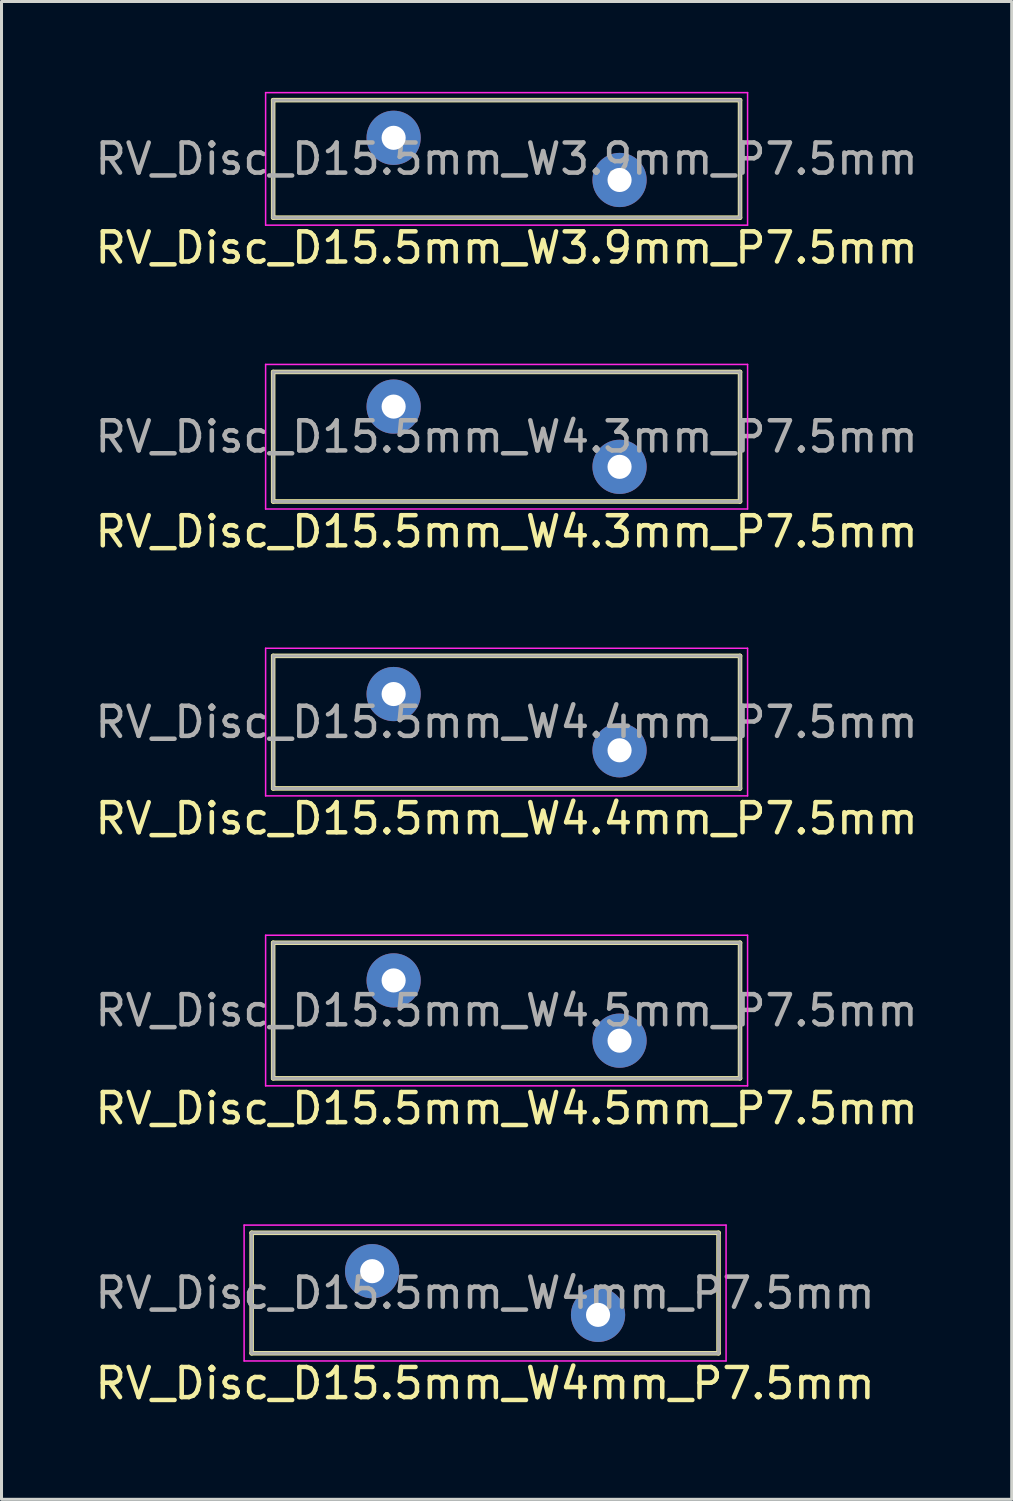
<source format=kicad_pcb>
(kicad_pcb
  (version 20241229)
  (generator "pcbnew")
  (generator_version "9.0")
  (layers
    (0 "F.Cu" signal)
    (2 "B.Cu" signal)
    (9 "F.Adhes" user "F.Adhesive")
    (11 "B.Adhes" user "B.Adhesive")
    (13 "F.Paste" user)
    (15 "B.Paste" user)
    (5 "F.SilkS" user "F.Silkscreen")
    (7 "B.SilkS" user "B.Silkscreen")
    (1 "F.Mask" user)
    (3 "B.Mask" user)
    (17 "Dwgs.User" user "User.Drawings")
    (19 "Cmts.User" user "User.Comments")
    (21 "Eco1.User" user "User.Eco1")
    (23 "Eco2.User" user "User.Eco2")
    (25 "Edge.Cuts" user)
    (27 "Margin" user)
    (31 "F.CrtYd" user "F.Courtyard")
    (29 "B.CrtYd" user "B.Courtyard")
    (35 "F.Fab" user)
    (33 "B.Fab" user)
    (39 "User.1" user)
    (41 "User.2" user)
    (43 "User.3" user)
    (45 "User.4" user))
  (footprint "RV_Disc_D15.5mm_W4.5mm_P7.5mm"
    (layer "F.Cu")
    (at 10.018 29.498)
    (property "Reference" "RV_Disc_D15.5mm_W4.5mm_P7.5mm" (at 3.75 4.25 0) (layer "F.SilkS") (effects (font (size 1 1) (thickness 0.15))))
    (attr through_hole)
    (fp_line (start -4 -1.25) (end -4 3.25) (stroke (width 0.15) (type solid)) (layer "F.SilkS"))
    (fp_line (start -4 -1.25) (end 11.5 -1.25) (stroke (width 0.15) (type solid)) (layer "F.SilkS"))
    (fp_line (start -4 3.25) (end 11.5 3.25) (stroke (width 0.15) (type solid)) (layer "F.SilkS"))
    (fp_line (start 11.5 -1.25) (end 11.5 3.25) (stroke (width 0.15) (type solid)) (layer "F.SilkS"))
    (fp_line (start -4.25 -1.5) (end -4.25 3.5) (stroke (width 0.05) (type solid)) (layer "F.CrtYd"))
    (fp_line (start -4.25 -1.5) (end 11.75 -1.5) (stroke (width 0.05) (type solid)) (layer "F.CrtYd"))
    (fp_line (start -4.25 3.5) (end 11.75 3.5) (stroke (width 0.05) (type solid)) (layer "F.CrtYd"))
    (fp_line (start 11.75 -1.5) (end 11.75 3.5) (stroke (width 0.05) (type solid)) (layer "F.CrtYd"))
    (fp_line (start -4 -1.25) (end -4 3.25) (stroke (width 0.1) (type solid)) (layer "F.Fab"))
    (fp_line (start -4 -1.25) (end 11.5 -1.25) (stroke (width 0.1) (type solid)) (layer "F.Fab"))
    (fp_line (start -4 3.25) (end 11.5 3.25) (stroke (width 0.1) (type solid)) (layer "F.Fab"))
    (fp_line (start 11.5 -1.25) (end 11.5 3.25) (stroke (width 0.1) (type solid)) (layer "F.Fab"))
    (fp_text user "${REFERENCE}" (at 3.75 1 0) (layer "F.Fab") (effects (font (size 1 1) (thickness 0.15))))
    (pad "1" thru_hole circle (at 0 0) (size 1.8 1.8) (drill 0.8) (layers "*.Cu" "*.Mask"))
    (pad "2" thru_hole circle (at 7.5 2) (size 1.8 1.8) (drill 0.8) (layers "*.Cu" "*.Mask")))
  (footprint "RV_Disc_D15.5mm_W4.4mm_P7.5mm"
    (layer "F.Cu")
    (at 10.018 19.991)
    (property "Reference" "RV_Disc_D15.5mm_W4.4mm_P7.5mm" (at 3.75 4.133 0) (layer "F.SilkS") (effects (font (size 1 1) (thickness 0.15))))
    (attr through_hole)
    (fp_line (start -4 -1.267) (end -4 3.133) (stroke (width 0.15) (type solid)) (layer "F.SilkS"))
    (fp_line (start -4 -1.267) (end 11.5 -1.267) (stroke (width 0.15) (type solid)) (layer "F.SilkS"))
    (fp_line (start -4 3.133) (end 11.5 3.133) (stroke (width 0.15) (type solid)) (layer "F.SilkS"))
    (fp_line (start 11.5 -1.267) (end 11.5 3.133) (stroke (width 0.15) (type solid)) (layer "F.SilkS"))
    (fp_line (start -4.25 -1.52) (end -4.25 3.38) (stroke (width 0.05) (type solid)) (layer "F.CrtYd"))
    (fp_line (start -4.25 -1.52) (end 11.75 -1.52) (stroke (width 0.05) (type solid)) (layer "F.CrtYd"))
    (fp_line (start -4.25 3.38) (end 11.75 3.38) (stroke (width 0.05) (type solid)) (layer "F.CrtYd"))
    (fp_line (start 11.75 -1.52) (end 11.75 3.38) (stroke (width 0.05) (type solid)) (layer "F.CrtYd"))
    (fp_line (start -4 -1.267) (end -4 3.133) (stroke (width 0.1) (type solid)) (layer "F.Fab"))
    (fp_line (start -4 -1.267) (end 11.5 -1.267) (stroke (width 0.1) (type solid)) (layer "F.Fab"))
    (fp_line (start -4 3.133) (end 11.5 3.133) (stroke (width 0.1) (type solid)) (layer "F.Fab"))
    (fp_line (start 11.5 -1.267) (end 11.5 3.133) (stroke (width 0.1) (type solid)) (layer "F.Fab"))
    (fp_text user "${REFERENCE}" (at 3.75 0.933 0) (layer "F.Fab") (effects (font (size 1 1) (thickness 0.15))))
    (pad "1" thru_hole circle (at 0 0) (size 1.8 1.8) (drill 0.8) (layers "*.Cu" "*.Mask"))
    (pad "2" thru_hole circle (at 7.5 1.867) (size 1.8 1.8) (drill 0.8) (layers "*.Cu" "*.Mask")))
  (footprint "RV_Disc_D15.5mm_W3.9mm_P7.5mm"
    (layer "F.Cu")
    (at 10.018 1.525)
    (property "Reference" "RV_Disc_D15.5mm_W3.9mm_P7.5mm" (at 3.75 3.65 0) (layer "F.SilkS") (effects (font (size 1 1) (thickness 0.15))))
    (attr through_hole)
    (fp_line (start -4 -1.25) (end -4 2.65) (stroke (width 0.15) (type solid)) (layer "F.SilkS"))
    (fp_line (start -4 -1.25) (end 11.5 -1.25) (stroke (width 0.15) (type solid)) (layer "F.SilkS"))
    (fp_line (start -4 2.65) (end 11.5 2.65) (stroke (width 0.15) (type solid)) (layer "F.SilkS"))
    (fp_line (start 11.5 -1.25) (end 11.5 2.65) (stroke (width 0.15) (type solid)) (layer "F.SilkS"))
    (fp_line (start -4.25 -1.5) (end -4.25 2.9) (stroke (width 0.05) (type solid)) (layer "F.CrtYd"))
    (fp_line (start -4.25 -1.5) (end 11.75 -1.5) (stroke (width 0.05) (type solid)) (layer "F.CrtYd"))
    (fp_line (start -4.25 2.9) (end 11.75 2.9) (stroke (width 0.05) (type solid)) (layer "F.CrtYd"))
    (fp_line (start 11.75 -1.5) (end 11.75 2.9) (stroke (width 0.05) (type solid)) (layer "F.CrtYd"))
    (fp_line (start -4 -1.25) (end -4 2.65) (stroke (width 0.1) (type solid)) (layer "F.Fab"))
    (fp_line (start -4 -1.25) (end 11.5 -1.25) (stroke (width 0.1) (type solid)) (layer "F.Fab"))
    (fp_line (start -4 2.65) (end 11.5 2.65) (stroke (width 0.1) (type solid)) (layer "F.Fab"))
    (fp_line (start 11.5 -1.25) (end 11.5 2.65) (stroke (width 0.1) (type solid)) (layer "F.Fab"))
    (fp_text user "${REFERENCE}" (at 3.75 0.7 0) (layer "F.Fab") (effects (font (size 1 1) (thickness 0.15))))
    (pad "1" thru_hole circle (at 0 0) (size 1.8 1.8) (drill 0.8) (layers "*.Cu" "*.Mask"))
    (pad "2" thru_hole circle (at 7.5 1.4) (size 1.8 1.8) (drill 0.8) (layers "*.Cu" "*.Mask")))
  (footprint "RV_Disc_D15.5mm_W4mm_P7.5mm"
    (layer "F.Cu")
    (at 9.304 39.151)
    (property "Reference" "RV_Disc_D15.5mm_W4mm_P7.5mm" (at 3.75 3.725 0) (layer "F.SilkS") (effects (font (size 1 1) (thickness 0.15))))
    (attr through_hole)
    (fp_line (start -4 -1.275) (end -4 2.725) (stroke (width 0.15) (type solid)) (layer "F.SilkS"))
    (fp_line (start -4 -1.275) (end 11.5 -1.275) (stroke (width 0.15) (type solid)) (layer "F.SilkS"))
    (fp_line (start -4 2.725) (end 11.5 2.725) (stroke (width 0.15) (type solid)) (layer "F.SilkS"))
    (fp_line (start 11.5 -1.275) (end 11.5 2.725) (stroke (width 0.15) (type solid)) (layer "F.SilkS"))
    (fp_line (start -4.25 -1.53) (end -4.25 2.98) (stroke (width 0.05) (type solid)) (layer "F.CrtYd"))
    (fp_line (start -4.25 -1.53) (end 11.75 -1.53) (stroke (width 0.05) (type solid)) (layer "F.CrtYd"))
    (fp_line (start -4.25 2.98) (end 11.75 2.98) (stroke (width 0.05) (type solid)) (layer "F.CrtYd"))
    (fp_line (start 11.75 -1.53) (end 11.75 2.98) (stroke (width 0.05) (type solid)) (layer "F.CrtYd"))
    (fp_line (start -4 -1.275) (end -4 2.725) (stroke (width 0.1) (type solid)) (layer "F.Fab"))
    (fp_line (start -4 -1.275) (end 11.5 -1.275) (stroke (width 0.1) (type solid)) (layer "F.Fab"))
    (fp_line (start -4 2.725) (end 11.5 2.725) (stroke (width 0.1) (type solid)) (layer "F.Fab"))
    (fp_line (start 11.5 -1.275) (end 11.5 2.725) (stroke (width 0.1) (type solid)) (layer "F.Fab"))
    (fp_text user "${REFERENCE}" (at 3.75 0.725 0) (layer "F.Fab") (effects (font (size 1 1) (thickness 0.15))))
    (pad "1" thru_hole circle (at 0 0) (size 1.8 1.8) (drill 0.8) (layers "*.Cu" "*.Mask"))
    (pad "2" thru_hole circle (at 7.5 1.45) (size 1.8 1.8) (drill 0.8) (layers "*.Cu" "*.Mask")))
  (footprint "RV_Disc_D15.5mm_W4.3mm_P7.5mm"
    (layer "F.Cu")
    (at 10.018 10.448)
    (property "Reference" "RV_Disc_D15.5mm_W4.3mm_P7.5mm" (at 3.75 4.15 0) (layer "F.SilkS") (effects (font (size 1 1) (thickness 0.15))))
    (attr through_hole)
    (fp_line (start -4 -1.15) (end -4 3.15) (stroke (width 0.15) (type solid)) (layer "F.SilkS"))
    (fp_line (start -4 -1.15) (end 11.5 -1.15) (stroke (width 0.15) (type solid)) (layer "F.SilkS"))
    (fp_line (start -4 3.15) (end 11.5 3.15) (stroke (width 0.15) (type solid)) (layer "F.SilkS"))
    (fp_line (start 11.5 -1.15) (end 11.5 3.15) (stroke (width 0.15) (type solid)) (layer "F.SilkS"))
    (fp_line (start -4.25 -1.4) (end -4.25 3.4) (stroke (width 0.05) (type solid)) (layer "F.CrtYd"))
    (fp_line (start -4.25 -1.4) (end 11.75 -1.4) (stroke (width 0.05) (type solid)) (layer "F.CrtYd"))
    (fp_line (start -4.25 3.4) (end 11.75 3.4) (stroke (width 0.05) (type solid)) (layer "F.CrtYd"))
    (fp_line (start 11.75 -1.4) (end 11.75 3.4) (stroke (width 0.05) (type solid)) (layer "F.CrtYd"))
    (fp_line (start -4 -1.15) (end -4 3.15) (stroke (width 0.1) (type solid)) (layer "F.Fab"))
    (fp_line (start -4 -1.15) (end 11.5 -1.15) (stroke (width 0.1) (type solid)) (layer "F.Fab"))
    (fp_line (start -4 3.15) (end 11.5 3.15) (stroke (width 0.1) (type solid)) (layer "F.Fab"))
    (fp_line (start 11.5 -1.15) (end 11.5 3.15) (stroke (width 0.1) (type solid)) (layer "F.Fab"))
    (fp_text user "${REFERENCE}" (at 3.75 1 0) (layer "F.Fab") (effects (font (size 1 1) (thickness 0.15))))
    (pad "1" thru_hole circle (at 0 0) (size 1.8 1.8) (drill 0.8) (layers "*.Cu" "*.Mask"))
    (pad "2" thru_hole circle (at 7.5 2) (size 1.8 1.8) (drill 0.8) (layers "*.Cu" "*.Mask")))
  (gr_rect
    (start -3 -3)
    (end 30.536 46.725)
    (stroke (width 0.1) (type default))
    (fill no)
    (layer "Edge.Cuts")))
</source>
